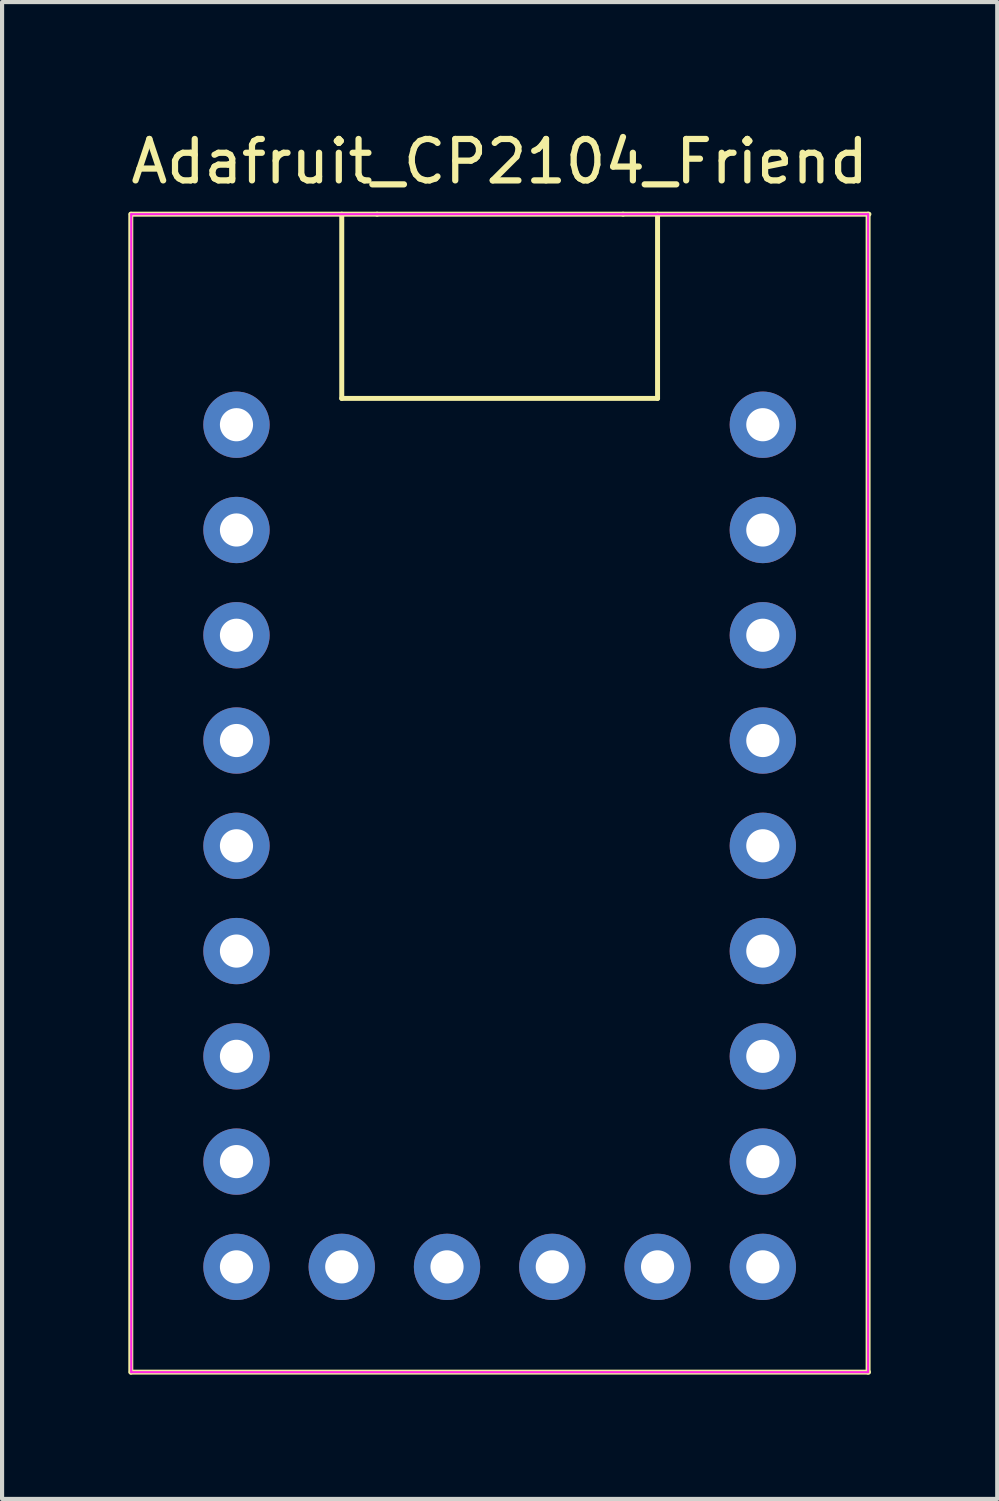
<source format=kicad_pcb>
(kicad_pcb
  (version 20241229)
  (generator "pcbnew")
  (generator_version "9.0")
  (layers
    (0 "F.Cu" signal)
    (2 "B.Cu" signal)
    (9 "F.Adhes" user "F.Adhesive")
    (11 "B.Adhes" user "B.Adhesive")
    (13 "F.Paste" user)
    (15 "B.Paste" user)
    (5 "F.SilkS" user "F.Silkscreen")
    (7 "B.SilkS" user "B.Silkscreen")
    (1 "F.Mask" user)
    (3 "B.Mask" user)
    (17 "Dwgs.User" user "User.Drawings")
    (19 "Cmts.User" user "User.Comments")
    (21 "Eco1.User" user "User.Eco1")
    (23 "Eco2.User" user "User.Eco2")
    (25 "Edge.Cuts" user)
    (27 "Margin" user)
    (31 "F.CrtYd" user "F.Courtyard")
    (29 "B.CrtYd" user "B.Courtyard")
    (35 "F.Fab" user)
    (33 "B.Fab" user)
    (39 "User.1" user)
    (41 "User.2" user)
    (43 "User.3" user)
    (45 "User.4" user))
  (footprint "Adafruit_CP2104_Friend"
    (layer "F.Cu")
    (at 9.006 16.088)
    (property "Reference" "Adafruit_CP2104_Friend" (at 0 -15.24 0) (layer "F.SilkS") (effects (font (size 1 1) (thickness 0.15))))
    (attr through_hole)
    (fp_line (start -8.9 -13.97) (end -8.9 13.97) (stroke (width 0.12) (type solid)) (layer "F.SilkS"))
    (fp_line (start -8.89 13.97) (end 8.9 13.97) (stroke (width 0.12) (type solid)) (layer "F.SilkS"))
    (fp_line (start -3.81 -9.525) (end -3.81 -13.97) (stroke (width 0.12) (type solid)) (layer "F.SilkS"))
    (fp_line (start -2.957 -13.97) (end -8.89 -13.97) (stroke (width 0.12) (type solid)) (layer "F.SilkS"))
    (fp_line (start -2.957 -13.97) (end 2.977 -13.97) (stroke (width 0.12) (type solid)) (layer "F.SilkS"))
    (fp_line (start 3.81 -13.97) (end 3.81 -9.525) (stroke (width 0.12) (type solid)) (layer "F.SilkS"))
    (fp_line (start 3.81 -9.525) (end -3.81 -9.525) (stroke (width 0.12) (type solid)) (layer "F.SilkS"))
    (fp_line (start 8.89 13.97) (end 8.89 -13.97) (stroke (width 0.12) (type solid)) (layer "F.SilkS"))
    (fp_line (start 8.91 -13.97) (end 2.977 -13.97) (stroke (width 0.12) (type solid)) (layer "F.SilkS"))
    (fp_line (start -8.89 -13.97) (end 8.89 -13.97) (stroke (width 0.05) (type solid)) (layer "F.CrtYd"))
    (fp_line (start -8.89 13.97) (end -8.89 -13.97) (stroke (width 0.05) (type solid)) (layer "F.CrtYd"))
    (fp_line (start 8.89 -13.97) (end 8.89 13.97) (stroke (width 0.05) (type solid)) (layer "F.CrtYd"))
    (fp_line (start 8.89 13.97) (end -8.89 13.97) (stroke (width 0.05) (type solid)) (layer "F.CrtYd"))
    (pad "1" thru_hole circle (at -6.35 -8.89 270) (size 1.6 1.6) (drill 0.8) (layers "*.Cu" "*.Mask"))
    (pad "1" thru_hole circle (at -1.27 11.43 270) (size 1.6 1.6) (drill 0.8) (layers "*.Cu" "*.Mask"))
    (pad "2" thru_hole circle (at -6.35 -6.35 270) (size 1.6 1.6) (drill 0.8) (layers "*.Cu" "*.Mask"))
    (pad "3" thru_hole circle (at -6.35 -3.81 270) (size 1.6 1.6) (drill 0.8) (layers "*.Cu" "*.Mask"))
    (pad "3" thru_hole circle (at -6.35 11.43 270) (size 1.6 1.6) (drill 0.8) (layers "*.Cu" "*.Mask"))
    (pad "4" thru_hole circle (at -6.35 -1.27 270) (size 1.6 1.6) (drill 0.8) (layers "*.Cu" "*.Mask"))
    (pad "5" thru_hole circle (at -6.35 1.27 270) (size 1.6 1.6) (drill 0.8) (layers "*.Cu" "*.Mask"))
    (pad "6" thru_hole circle (at -6.35 3.81 270) (size 1.6 1.6) (drill 0.8) (layers "*.Cu" "*.Mask"))
    (pad "7" thru_hole circle (at -6.35 6.35 270) (size 1.6 1.6) (drill 0.8) (layers "*.Cu" "*.Mask"))
    (pad "8" thru_hole circle (at -6.35 8.89 270) (size 1.6 1.6) (drill 0.8) (layers "*.Cu" "*.Mask"))
    (pad "9" thru_hole circle (at -3.81 11.43 270) (size 1.6 1.6) (drill 0.8) (layers "*.Cu" "*.Mask"))
    (pad "9" thru_hole circle (at 6.35 8.89 270) (size 1.6 1.6) (drill 0.8) (layers "*.Cu" "*.Mask"))
    (pad "10" thru_hole circle (at 6.35 6.35 270) (size 1.6 1.6) (drill 0.8) (layers "*.Cu" "*.Mask"))
    (pad "10" thru_hole circle (at 6.35 11.43 270) (size 1.6 1.6) (drill 0.8) (layers "*.Cu" "*.Mask"))
    (pad "11" thru_hole circle (at 3.81 11.43 270) (size 1.6 1.6) (drill 0.8) (layers "*.Cu" "*.Mask"))
    (pad "11" thru_hole circle (at 6.35 3.81 270) (size 1.6 1.6) (drill 0.8) (layers "*.Cu" "*.Mask"))
    (pad "12" thru_hole circle (at 1.27 11.43 270) (size 1.6 1.6) (drill 0.8) (layers "*.Cu" "*.Mask"))
    (pad "12" thru_hole circle (at 6.35 1.27 270) (size 1.6 1.6) (drill 0.8) (layers "*.Cu" "*.Mask"))
    (pad "13" thru_hole circle (at 6.35 -1.27 270) (size 1.6 1.6) (drill 0.8) (layers "*.Cu" "*.Mask"))
    (pad "14" thru_hole circle (at 6.35 -3.81 270) (size 1.6 1.6) (drill 0.8) (layers "*.Cu" "*.Mask"))
    (pad "15" thru_hole circle (at 6.35 -6.35 270) (size 1.6 1.6) (drill 0.8) (layers "*.Cu" "*.Mask"))
    (pad "16" thru_hole circle (at 6.35 -8.89 270) (size 1.6 1.6) (drill 0.8) (layers "*.Cu" "*.Mask")))
  (gr_rect
    (start -3 -3)
    (end 21.012 33.118)
    (stroke (width 0.1) (type default))
    (fill no)
    (layer "Edge.Cuts")))
</source>
